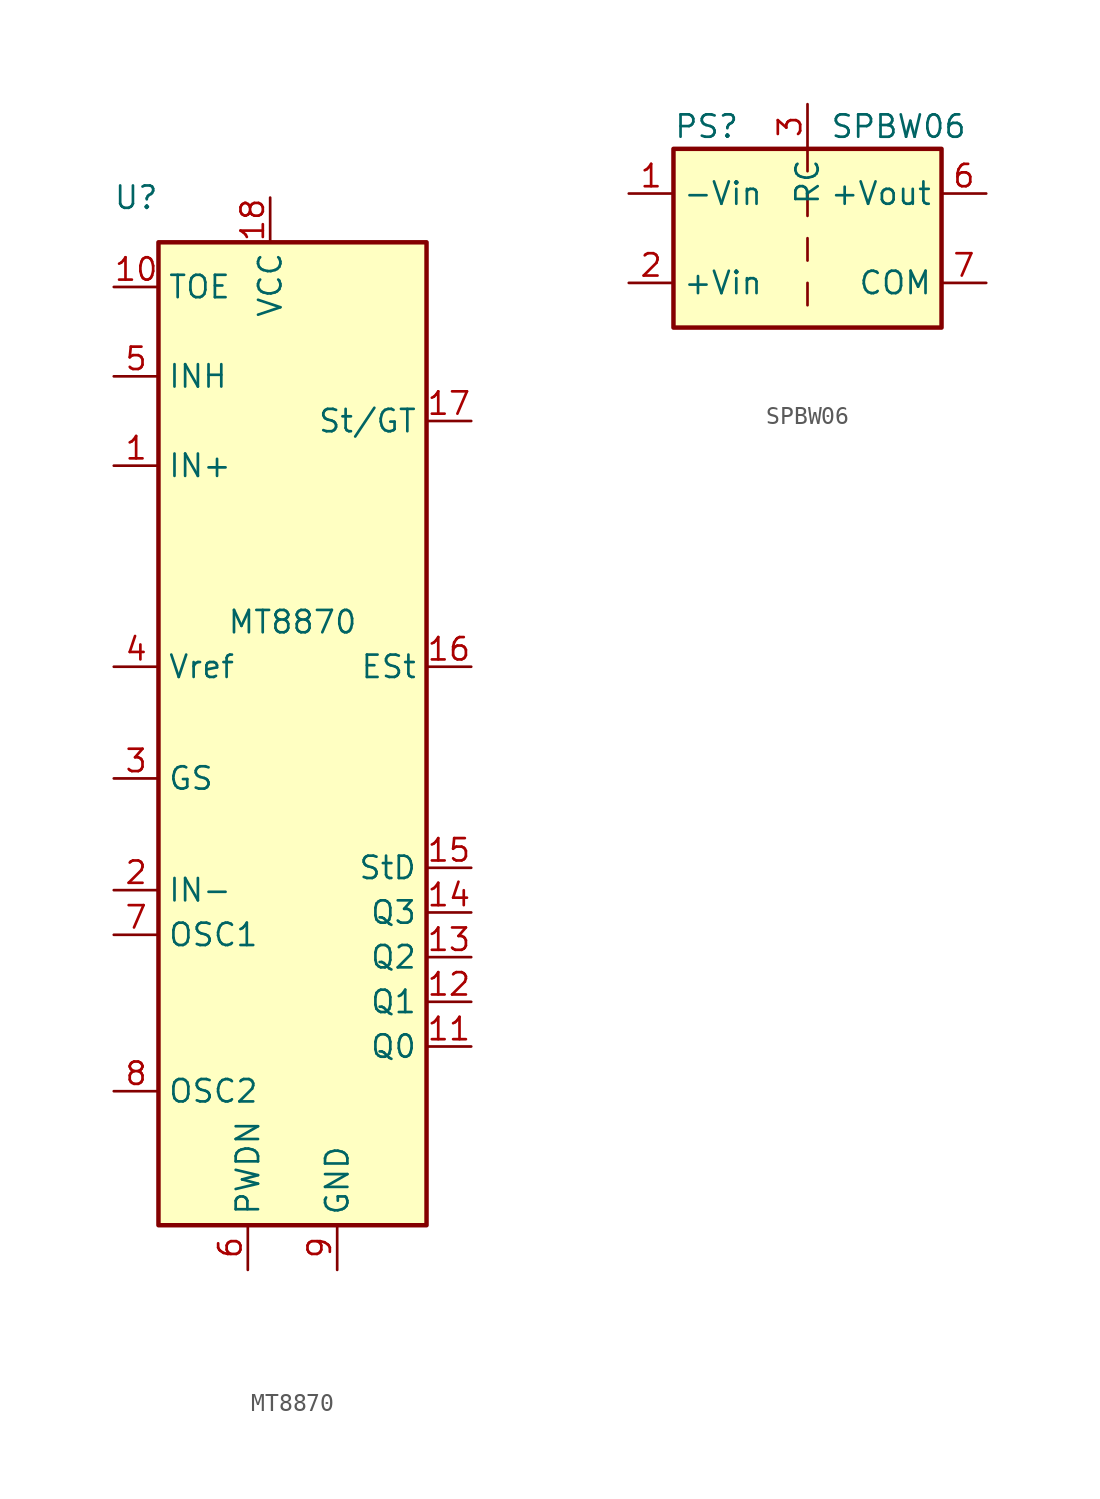
<source format=kicad_sym>
(kicad_symbol_lib
  (version 20220914)
  (generator kicad_symbol_editor)
  (symbol "MT8870"
    (property "Reference" "U"
      (at -8.89 20.32 0)
      (effects (font (size 1.27 1.27))))
    (property "Value" "MT8870"
      (at 0 -3.81 0)
      (effects (font (size 1.27 1.27))))
    (symbol "MT8870_1_0"
      (pin input line (at -10.16 5.08 0) (length 2.54) (name "IN+" (effects (font (size 1.27 1.27)))) (number "1" (effects (font (size 1.27 1.27)))))
      (pin input line (at -10.16 15.24 0) (length 2.54) (name "TOE" (effects (font (size 1.27 1.27)))) (number "10" (effects (font (size 1.27 1.27)))))
      (pin tri_state line (at 10.16 -27.94 180) (length 2.54) (name "Q0" (effects (font (size 1.27 1.27)))) (number "11" (effects (font (size 1.27 1.27)))))
      (pin tri_state line (at 10.16 -25.4 180) (length 2.54) (name "Q1" (effects (font (size 1.27 1.27)))) (number "12" (effects (font (size 1.27 1.27)))))
      (pin tri_state line (at 10.16 -22.86 180) (length 2.54) (name "Q2" (effects (font (size 1.27 1.27)))) (number "13" (effects (font (size 1.27 1.27)))))
      (pin tri_state line (at 10.16 -20.32 180) (length 2.54) (name "Q3" (effects (font (size 1.27 1.27)))) (number "14" (effects (font (size 1.27 1.27)))))
      (pin output line (at 10.16 -17.78 180) (length 2.54) (name "StD" (effects (font (size 1.27 1.27)))) (number "15" (effects (font (size 1.27 1.27)))))
      (pin tri_state line (at 10.16 -6.35 180) (length 2.54) (name "ESt" (effects (font (size 1.27 1.27)))) (number "16" (effects (font (size 1.27 1.27)))))
      (pin output line (at 10.16 7.62 180) (length 2.54) (name "St/GT" (effects (font (size 1.27 1.27)))) (number "17" (effects (font (size 1.27 1.27)))))
      (pin power_in line (at -1.27 20.32 270) (length 2.54) (name "VCC" (effects (font (size 1.27 1.27)))) (number "18" (effects (font (size 1.27 1.27)))))
      (pin input line (at -10.16 -19.05 0) (length 2.54) (name "IN-" (effects (font (size 1.27 1.27)))) (number "2" (effects (font (size 1.27 1.27)))))
      (pin passive line (at -10.16 -12.7 0) (length 2.54) (name "GS" (effects (font (size 1.27 1.27)))) (number "3" (effects (font (size 1.27 1.27)))))
      (pin output line (at -10.16 -6.35 0) (length 2.54) (name "Vref" (effects (font (size 1.27 1.27)))) (number "4" (effects (font (size 1.27 1.27)))))
      (pin input line (at -10.16 10.16 0) (length 2.54) (name "INH" (effects (font (size 1.27 1.27)))) (number "5" (effects (font (size 1.27 1.27)))))
      (pin input line (at -2.54 -40.64 90) (length 2.54) (name "PWDN" (effects (font (size 1.27 1.27)))) (number "6" (effects (font (size 1.27 1.27)))))
      (pin input line (at -10.16 -21.59 0) (length 2.54) (name "OSC1" (effects (font (size 1.27 1.27)))) (number "7" (effects (font (size 1.27 1.27)))))
      (pin output line (at -10.16 -30.48 0) (length 2.54) (name "OSC2" (effects (font (size 1.27 1.27)))) (number "8" (effects (font (size 1.27 1.27)))))
      (pin power_in line (at 2.54 -40.64 90) (length 2.54) (name "GND" (effects (font (size 1.27 1.27)))) (number "9" (effects (font (size 1.27 1.27))))))
    (symbol "MT8870_1_1"
      (rectangle (start -7.62 17.78) (end 7.62 -38.1) (stroke (width 0.254) (type solid)) (fill (type background)))))
  (symbol "SPBW06"
    (property "Reference" "PS"
      (at -7.62 6.35 0)
      (effects (font (size 1.27 1.27)) (justify left)))
    (property "Value" "SPBW06"
      (at 1.27 6.35 0)
      (effects (font (size 1.27 1.27)) (justify left)))
    (symbol "SPBW06_0_0"
      (pin power_in line (at -10.16 2.54 0) (length 2.54) (name "-Vin" (effects (font (size 1.27 1.27)))) (number "1" (effects (font (size 1.27 1.27)))))
      (pin power_in line (at -10.16 -2.54 0) (length 2.54) (name "+Vin" (effects (font (size 1.27 1.27)))) (number "2" (effects (font (size 1.27 1.27)))))
      (pin passive line (at 0 7.62 270) (length 2.54) (name "RC" (effects (font (size 1.27 1.27)))) (number "3" (effects (font (size 1.27 1.27)))))
      (pin no_connect line (at 1.27 -7.62 90) (length 2.54) hide (name "NC2" (effects (font (size 1.27 1.27)))) (number "5" (effects (font (size 1.27 1.27)))))
      (pin power_out line (at 10.16 2.54 180) (length 2.54) (name "+Vout" (effects (font (size 1.27 1.27)))) (number "6" (effects (font (size 1.27 1.27)))))
      (pin power_out line (at 10.16 -2.54 180) (length 2.54) (name "COM" (effects (font (size 1.27 1.27)))) (number "7" (effects (font (size 1.27 1.27))))))
    (symbol "SPBW06_0_1"
      (rectangle (start -7.62 5.08) (end 7.62 -5.08) (stroke (width 0.254) (type solid)) (fill (type background)))
      (polyline (pts (xy 0 -2.54) (xy 0 -3.81)) (stroke (width 0) (type solid)) (fill (type none)))
      (polyline (pts (xy 0 0) (xy 0 -1.27)) (stroke (width 0) (type solid)) (fill (type none)))
      (polyline (pts (xy 0 2.54) (xy 0 1.27)) (stroke (width 0) (type solid)) (fill (type none)))
      (polyline (pts (xy 0 5.08) (xy 0 3.81)) (stroke (width 0) (type solid)) (fill (type none))))
    (symbol "SPBW06_1_1"
      (pin no_connect line (at -1.27 -7.62 90) (length 2.54) hide (name "NC" (effects (font (size 1.27 1.27)))) (number "2" (effects (font (size 1.27 1.27))))))))
</source>
